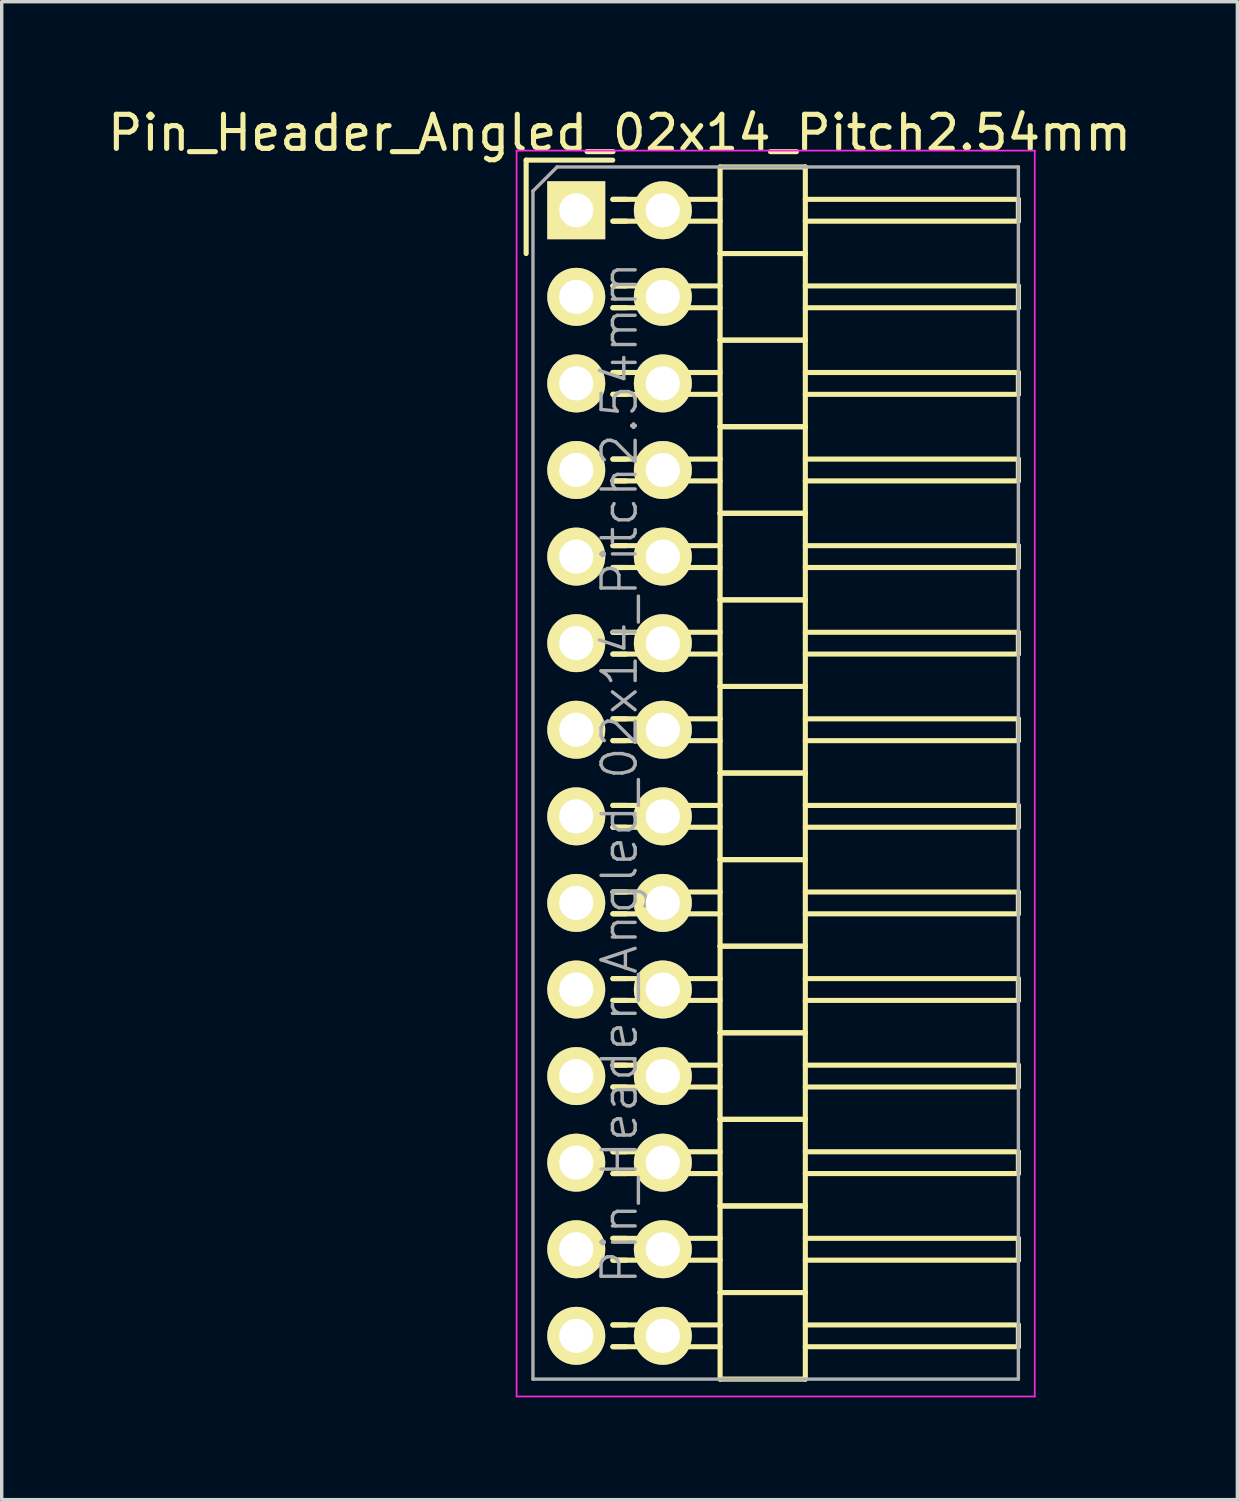
<source format=kicad_pcb>
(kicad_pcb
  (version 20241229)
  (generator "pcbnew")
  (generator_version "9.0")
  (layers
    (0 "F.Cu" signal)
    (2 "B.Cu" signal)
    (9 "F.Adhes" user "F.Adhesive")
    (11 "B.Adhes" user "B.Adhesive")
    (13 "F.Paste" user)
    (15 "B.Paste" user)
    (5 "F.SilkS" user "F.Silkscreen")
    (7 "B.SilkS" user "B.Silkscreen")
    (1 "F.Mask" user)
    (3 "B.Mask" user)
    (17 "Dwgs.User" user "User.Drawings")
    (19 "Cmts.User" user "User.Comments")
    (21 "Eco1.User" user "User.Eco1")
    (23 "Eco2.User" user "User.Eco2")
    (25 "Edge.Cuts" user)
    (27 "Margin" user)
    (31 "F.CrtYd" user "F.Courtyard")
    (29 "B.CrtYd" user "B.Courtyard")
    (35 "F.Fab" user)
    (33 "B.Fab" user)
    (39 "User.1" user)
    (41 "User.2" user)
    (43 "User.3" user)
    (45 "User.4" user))
  (footprint "Pin_Header_Angled_02x14_Pitch2.54mm"
    (layer "F.Cu")
    (at 13.855 3.118)
    (property "Reference" "Pin_Header_Angled_02x14_Pitch2.54mm" (at 1.27 -2.27 0) (layer "F.SilkS") (effects (font (size 1 1) (thickness 0.15))))
    (attr smd)
    (fp_line (start -1.47 -1.47) (end -1.47 1.27) (stroke (width 0.15) (type solid)) (layer "F.SilkS"))
    (fp_line (start -1.47 -1.47) (end 1.07 -1.47) (stroke (width 0.15) (type solid)) (layer "F.SilkS"))
    (fp_line (start 1.465 -0.32) (end 1.075 -0.32) (stroke (width 0.15) (type solid)) (layer "F.SilkS"))
    (fp_line (start 1.465 0.32) (end 1.075 0.32) (stroke (width 0.15) (type solid)) (layer "F.SilkS"))
    (fp_line (start 1.465 2.22) (end 1.075 2.22) (stroke (width 0.15) (type solid)) (layer "F.SilkS"))
    (fp_line (start 1.465 2.86) (end 1.075 2.86) (stroke (width 0.15) (type solid)) (layer "F.SilkS"))
    (fp_line (start 1.465 4.76) (end 1.075 4.76) (stroke (width 0.15) (type solid)) (layer "F.SilkS"))
    (fp_line (start 1.465 5.4) (end 1.075 5.4) (stroke (width 0.15) (type solid)) (layer "F.SilkS"))
    (fp_line (start 1.465 7.3) (end 1.075 7.3) (stroke (width 0.15) (type solid)) (layer "F.SilkS"))
    (fp_line (start 1.465 7.94) (end 1.075 7.94) (stroke (width 0.15) (type solid)) (layer "F.SilkS"))
    (fp_line (start 1.465 9.84) (end 1.075 9.84) (stroke (width 0.15) (type solid)) (layer "F.SilkS"))
    (fp_line (start 1.465 10.48) (end 1.075 10.48) (stroke (width 0.15) (type solid)) (layer "F.SilkS"))
    (fp_line (start 1.465 12.38) (end 1.075 12.38) (stroke (width 0.15) (type solid)) (layer "F.SilkS"))
    (fp_line (start 1.465 13.02) (end 1.075 13.02) (stroke (width 0.15) (type solid)) (layer "F.SilkS"))
    (fp_line (start 1.465 14.92) (end 1.075 14.92) (stroke (width 0.15) (type solid)) (layer "F.SilkS"))
    (fp_line (start 1.465 15.56) (end 1.075 15.56) (stroke (width 0.15) (type solid)) (layer "F.SilkS"))
    (fp_line (start 1.465 17.46) (end 1.075 17.46) (stroke (width 0.15) (type solid)) (layer "F.SilkS"))
    (fp_line (start 1.465 18.1) (end 1.075 18.1) (stroke (width 0.15) (type solid)) (layer "F.SilkS"))
    (fp_line (start 1.465 20) (end 1.075 20) (stroke (width 0.15) (type solid)) (layer "F.SilkS"))
    (fp_line (start 1.465 20.64) (end 1.075 20.64) (stroke (width 0.15) (type solid)) (layer "F.SilkS"))
    (fp_line (start 1.465 22.54) (end 1.075 22.54) (stroke (width 0.15) (type solid)) (layer "F.SilkS"))
    (fp_line (start 1.465 23.18) (end 1.075 23.18) (stroke (width 0.15) (type solid)) (layer "F.SilkS"))
    (fp_line (start 1.465 25.08) (end 1.075 25.08) (stroke (width 0.15) (type solid)) (layer "F.SilkS"))
    (fp_line (start 1.465 25.72) (end 1.075 25.72) (stroke (width 0.15) (type solid)) (layer "F.SilkS"))
    (fp_line (start 1.465 27.62) (end 1.075 27.62) (stroke (width 0.15) (type solid)) (layer "F.SilkS"))
    (fp_line (start 1.465 28.26) (end 1.075 28.26) (stroke (width 0.15) (type solid)) (layer "F.SilkS"))
    (fp_line (start 1.465 30.16) (end 1.075 30.16) (stroke (width 0.15) (type solid)) (layer "F.SilkS"))
    (fp_line (start 1.465 30.8) (end 1.075 30.8) (stroke (width 0.15) (type solid)) (layer "F.SilkS"))
    (fp_line (start 1.465 32.7) (end 1.075 32.7) (stroke (width 0.15) (type solid)) (layer "F.SilkS"))
    (fp_line (start 1.465 33.34) (end 1.075 33.34) (stroke (width 0.15) (type solid)) (layer "F.SilkS"))
    (fp_line (start 4.22 -0.32) (end 1.075 -0.32) (stroke (width 0.15) (type solid)) (layer "F.SilkS"))
    (fp_line (start 4.22 0.32) (end 1.075 0.32) (stroke (width 0.15) (type solid)) (layer "F.SilkS"))
    (fp_line (start 4.22 1.27) (end 4.22 -1.27) (stroke (width 0.15) (type solid)) (layer "F.SilkS"))
    (fp_line (start 4.22 2.22) (end 1.075 2.22) (stroke (width 0.15) (type solid)) (layer "F.SilkS"))
    (fp_line (start 4.22 2.86) (end 1.075 2.86) (stroke (width 0.15) (type solid)) (layer "F.SilkS"))
    (fp_line (start 4.22 3.81) (end 4.22 1.27) (stroke (width 0.15) (type solid)) (layer "F.SilkS"))
    (fp_line (start 4.22 4.76) (end 1.075 4.76) (stroke (width 0.15) (type solid)) (layer "F.SilkS"))
    (fp_line (start 4.22 5.4) (end 1.075 5.4) (stroke (width 0.15) (type solid)) (layer "F.SilkS"))
    (fp_line (start 4.22 6.35) (end 4.22 3.81) (stroke (width 0.15) (type solid)) (layer "F.SilkS"))
    (fp_line (start 4.22 7.3) (end 1.075 7.3) (stroke (width 0.15) (type solid)) (layer "F.SilkS"))
    (fp_line (start 4.22 7.94) (end 1.075 7.94) (stroke (width 0.15) (type solid)) (layer "F.SilkS"))
    (fp_line (start 4.22 8.89) (end 4.22 6.35) (stroke (width 0.15) (type solid)) (layer "F.SilkS"))
    (fp_line (start 4.22 9.84) (end 1.075 9.84) (stroke (width 0.15) (type solid)) (layer "F.SilkS"))
    (fp_line (start 4.22 10.48) (end 1.075 10.48) (stroke (width 0.15) (type solid)) (layer "F.SilkS"))
    (fp_line (start 4.22 11.43) (end 4.22 8.89) (stroke (width 0.15) (type solid)) (layer "F.SilkS"))
    (fp_line (start 4.22 12.38) (end 1.075 12.38) (stroke (width 0.15) (type solid)) (layer "F.SilkS"))
    (fp_line (start 4.22 13.02) (end 1.075 13.02) (stroke (width 0.15) (type solid)) (layer "F.SilkS"))
    (fp_line (start 4.22 13.97) (end 4.22 11.43) (stroke (width 0.15) (type solid)) (layer "F.SilkS"))
    (fp_line (start 4.22 14.92) (end 1.075 14.92) (stroke (width 0.15) (type solid)) (layer "F.SilkS"))
    (fp_line (start 4.22 15.56) (end 1.075 15.56) (stroke (width 0.15) (type solid)) (layer "F.SilkS"))
    (fp_line (start 4.22 16.51) (end 4.22 13.97) (stroke (width 0.15) (type solid)) (layer "F.SilkS"))
    (fp_line (start 4.22 17.46) (end 1.075 17.46) (stroke (width 0.15) (type solid)) (layer "F.SilkS"))
    (fp_line (start 4.22 18.1) (end 1.075 18.1) (stroke (width 0.15) (type solid)) (layer "F.SilkS"))
    (fp_line (start 4.22 19.05) (end 4.22 16.51) (stroke (width 0.15) (type solid)) (layer "F.SilkS"))
    (fp_line (start 4.22 20) (end 1.075 20) (stroke (width 0.15) (type solid)) (layer "F.SilkS"))
    (fp_line (start 4.22 20.64) (end 1.075 20.64) (stroke (width 0.15) (type solid)) (layer "F.SilkS"))
    (fp_line (start 4.22 21.59) (end 4.22 19.05) (stroke (width 0.15) (type solid)) (layer "F.SilkS"))
    (fp_line (start 4.22 22.54) (end 1.075 22.54) (stroke (width 0.15) (type solid)) (layer "F.SilkS"))
    (fp_line (start 4.22 23.18) (end 1.075 23.18) (stroke (width 0.15) (type solid)) (layer "F.SilkS"))
    (fp_line (start 4.22 24.13) (end 4.22 21.59) (stroke (width 0.15) (type solid)) (layer "F.SilkS"))
    (fp_line (start 4.22 25.08) (end 1.075 25.08) (stroke (width 0.15) (type solid)) (layer "F.SilkS"))
    (fp_line (start 4.22 25.72) (end 1.075 25.72) (stroke (width 0.15) (type solid)) (layer "F.SilkS"))
    (fp_line (start 4.22 26.67) (end 4.22 24.13) (stroke (width 0.15) (type solid)) (layer "F.SilkS"))
    (fp_line (start 4.22 27.62) (end 1.075 27.62) (stroke (width 0.15) (type solid)) (layer "F.SilkS"))
    (fp_line (start 4.22 28.26) (end 1.075 28.26) (stroke (width 0.15) (type solid)) (layer "F.SilkS"))
    (fp_line (start 4.22 29.21) (end 4.22 26.67) (stroke (width 0.15) (type solid)) (layer "F.SilkS"))
    (fp_line (start 4.22 30.16) (end 1.075 30.16) (stroke (width 0.15) (type solid)) (layer "F.SilkS"))
    (fp_line (start 4.22 30.8) (end 1.075 30.8) (stroke (width 0.15) (type solid)) (layer "F.SilkS"))
    (fp_line (start 4.22 31.75) (end 4.22 29.21) (stroke (width 0.15) (type solid)) (layer "F.SilkS"))
    (fp_line (start 4.22 32.7) (end 1.075 32.7) (stroke (width 0.15) (type solid)) (layer "F.SilkS"))
    (fp_line (start 4.22 33.34) (end 1.075 33.34) (stroke (width 0.15) (type solid)) (layer "F.SilkS"))
    (fp_line (start 4.22 34.29) (end 4.22 31.75) (stroke (width 0.15) (type solid)) (layer "F.SilkS"))
    (fp_line (start 6.72 -1.27) (end 4.22 -1.27) (stroke (width 0.15) (type solid)) (layer "F.SilkS"))
    (fp_line (start 6.72 -0.32) (end 12.97 -0.32) (stroke (width 0.15) (type solid)) (layer "F.SilkS"))
    (fp_line (start 6.72 0.32) (end 12.97 0.32) (stroke (width 0.15) (type solid)) (layer "F.SilkS"))
    (fp_line (start 6.72 1.27) (end 4.22 1.27) (stroke (width 0.15) (type solid)) (layer "F.SilkS"))
    (fp_line (start 6.72 1.27) (end 4.22 1.27) (stroke (width 0.15) (type solid)) (layer "F.SilkS"))
    (fp_line (start 6.72 1.27) (end 6.72 -1.27) (stroke (width 0.15) (type solid)) (layer "F.SilkS"))
    (fp_line (start 6.72 2.22) (end 12.97 2.22) (stroke (width 0.15) (type solid)) (layer "F.SilkS"))
    (fp_line (start 6.72 2.86) (end 12.97 2.86) (stroke (width 0.15) (type solid)) (layer "F.SilkS"))
    (fp_line (start 6.72 3.81) (end 4.22 3.81) (stroke (width 0.15) (type solid)) (layer "F.SilkS"))
    (fp_line (start 6.72 3.81) (end 4.22 3.81) (stroke (width 0.15) (type solid)) (layer "F.SilkS"))
    (fp_line (start 6.72 3.81) (end 6.72 1.27) (stroke (width 0.15) (type solid)) (layer "F.SilkS"))
    (fp_line (start 6.72 4.76) (end 12.97 4.76) (stroke (width 0.15) (type solid)) (layer "F.SilkS"))
    (fp_line (start 6.72 5.4) (end 12.97 5.4) (stroke (width 0.15) (type solid)) (layer "F.SilkS"))
    (fp_line (start 6.72 6.35) (end 4.22 6.35) (stroke (width 0.15) (type solid)) (layer "F.SilkS"))
    (fp_line (start 6.72 6.35) (end 4.22 6.35) (stroke (width 0.15) (type solid)) (layer "F.SilkS"))
    (fp_line (start 6.72 6.35) (end 6.72 3.81) (stroke (width 0.15) (type solid)) (layer "F.SilkS"))
    (fp_line (start 6.72 7.3) (end 12.97 7.3) (stroke (width 0.15) (type solid)) (layer "F.SilkS"))
    (fp_line (start 6.72 7.94) (end 12.97 7.94) (stroke (width 0.15) (type solid)) (layer "F.SilkS"))
    (fp_line (start 6.72 8.89) (end 4.22 8.89) (stroke (width 0.15) (type solid)) (layer "F.SilkS"))
    (fp_line (start 6.72 8.89) (end 4.22 8.89) (stroke (width 0.15) (type solid)) (layer "F.SilkS"))
    (fp_line (start 6.72 8.89) (end 6.72 6.35) (stroke (width 0.15) (type solid)) (layer "F.SilkS"))
    (fp_line (start 6.72 9.84) (end 12.97 9.84) (stroke (width 0.15) (type solid)) (layer "F.SilkS"))
    (fp_line (start 6.72 10.48) (end 12.97 10.48) (stroke (width 0.15) (type solid)) (layer "F.SilkS"))
    (fp_line (start 6.72 11.43) (end 4.22 11.43) (stroke (width 0.15) (type solid)) (layer "F.SilkS"))
    (fp_line (start 6.72 11.43) (end 4.22 11.43) (stroke (width 0.15) (type solid)) (layer "F.SilkS"))
    (fp_line (start 6.72 11.43) (end 6.72 8.89) (stroke (width 0.15) (type solid)) (layer "F.SilkS"))
    (fp_line (start 6.72 12.38) (end 12.97 12.38) (stroke (width 0.15) (type solid)) (layer "F.SilkS"))
    (fp_line (start 6.72 13.02) (end 12.97 13.02) (stroke (width 0.15) (type solid)) (layer "F.SilkS"))
    (fp_line (start 6.72 13.97) (end 4.22 13.97) (stroke (width 0.15) (type solid)) (layer "F.SilkS"))
    (fp_line (start 6.72 13.97) (end 4.22 13.97) (stroke (width 0.15) (type solid)) (layer "F.SilkS"))
    (fp_line (start 6.72 13.97) (end 6.72 11.43) (stroke (width 0.15) (type solid)) (layer "F.SilkS"))
    (fp_line (start 6.72 14.92) (end 12.97 14.92) (stroke (width 0.15) (type solid)) (layer "F.SilkS"))
    (fp_line (start 6.72 15.56) (end 12.97 15.56) (stroke (width 0.15) (type solid)) (layer "F.SilkS"))
    (fp_line (start 6.72 16.51) (end 4.22 16.51) (stroke (width 0.15) (type solid)) (layer "F.SilkS"))
    (fp_line (start 6.72 16.51) (end 4.22 16.51) (stroke (width 0.15) (type solid)) (layer "F.SilkS"))
    (fp_line (start 6.72 16.51) (end 6.72 13.97) (stroke (width 0.15) (type solid)) (layer "F.SilkS"))
    (fp_line (start 6.72 17.46) (end 12.97 17.46) (stroke (width 0.15) (type solid)) (layer "F.SilkS"))
    (fp_line (start 6.72 18.1) (end 12.97 18.1) (stroke (width 0.15) (type solid)) (layer "F.SilkS"))
    (fp_line (start 6.72 19.05) (end 4.22 19.05) (stroke (width 0.15) (type solid)) (layer "F.SilkS"))
    (fp_line (start 6.72 19.05) (end 4.22 19.05) (stroke (width 0.15) (type solid)) (layer "F.SilkS"))
    (fp_line (start 6.72 19.05) (end 6.72 16.51) (stroke (width 0.15) (type solid)) (layer "F.SilkS"))
    (fp_line (start 6.72 20) (end 12.97 20) (stroke (width 0.15) (type solid)) (layer "F.SilkS"))
    (fp_line (start 6.72 20.64) (end 12.97 20.64) (stroke (width 0.15) (type solid)) (layer "F.SilkS"))
    (fp_line (start 6.72 21.59) (end 4.22 21.59) (stroke (width 0.15) (type solid)) (layer "F.SilkS"))
    (fp_line (start 6.72 21.59) (end 4.22 21.59) (stroke (width 0.15) (type solid)) (layer "F.SilkS"))
    (fp_line (start 6.72 21.59) (end 6.72 19.05) (stroke (width 0.15) (type solid)) (layer "F.SilkS"))
    (fp_line (start 6.72 22.54) (end 12.97 22.54) (stroke (width 0.15) (type solid)) (layer "F.SilkS"))
    (fp_line (start 6.72 23.18) (end 12.97 23.18) (stroke (width 0.15) (type solid)) (layer "F.SilkS"))
    (fp_line (start 6.72 24.13) (end 4.22 24.13) (stroke (width 0.15) (type solid)) (layer "F.SilkS"))
    (fp_line (start 6.72 24.13) (end 4.22 24.13) (stroke (width 0.15) (type solid)) (layer "F.SilkS"))
    (fp_line (start 6.72 24.13) (end 6.72 21.59) (stroke (width 0.15) (type solid)) (layer "F.SilkS"))
    (fp_line (start 6.72 25.08) (end 12.97 25.08) (stroke (width 0.15) (type solid)) (layer "F.SilkS"))
    (fp_line (start 6.72 25.72) (end 12.97 25.72) (stroke (width 0.15) (type solid)) (layer "F.SilkS"))
    (fp_line (start 6.72 26.67) (end 4.22 26.67) (stroke (width 0.15) (type solid)) (layer "F.SilkS"))
    (fp_line (start 6.72 26.67) (end 4.22 26.67) (stroke (width 0.15) (type solid)) (layer "F.SilkS"))
    (fp_line (start 6.72 26.67) (end 6.72 24.13) (stroke (width 0.15) (type solid)) (layer "F.SilkS"))
    (fp_line (start 6.72 27.62) (end 12.97 27.62) (stroke (width 0.15) (type solid)) (layer "F.SilkS"))
    (fp_line (start 6.72 28.26) (end 12.97 28.26) (stroke (width 0.15) (type solid)) (layer "F.SilkS"))
    (fp_line (start 6.72 29.21) (end 4.22 29.21) (stroke (width 0.15) (type solid)) (layer "F.SilkS"))
    (fp_line (start 6.72 29.21) (end 4.22 29.21) (stroke (width 0.15) (type solid)) (layer "F.SilkS"))
    (fp_line (start 6.72 29.21) (end 6.72 26.67) (stroke (width 0.15) (type solid)) (layer "F.SilkS"))
    (fp_line (start 6.72 30.16) (end 12.97 30.16) (stroke (width 0.15) (type solid)) (layer "F.SilkS"))
    (fp_line (start 6.72 30.8) (end 12.97 30.8) (stroke (width 0.15) (type solid)) (layer "F.SilkS"))
    (fp_line (start 6.72 31.75) (end 4.22 31.75) (stroke (width 0.15) (type solid)) (layer "F.SilkS"))
    (fp_line (start 6.72 31.75) (end 4.22 31.75) (stroke (width 0.15) (type solid)) (layer "F.SilkS"))
    (fp_line (start 6.72 31.75) (end 6.72 29.21) (stroke (width 0.15) (type solid)) (layer "F.SilkS"))
    (fp_line (start 6.72 32.7) (end 12.97 32.7) (stroke (width 0.15) (type solid)) (layer "F.SilkS"))
    (fp_line (start 6.72 33.34) (end 12.97 33.34) (stroke (width 0.15) (type solid)) (layer "F.SilkS"))
    (fp_line (start 6.72 34.29) (end 4.22 34.29) (stroke (width 0.15) (type solid)) (layer "F.SilkS"))
    (fp_line (start 6.72 34.29) (end 6.72 31.75) (stroke (width 0.15) (type solid)) (layer "F.SilkS"))
    (fp_line (start 12.97 0.32) (end 12.97 -0.32) (stroke (width 0.15) (type solid)) (layer "F.SilkS"))
    (fp_line (start 12.97 2.86) (end 12.97 2.22) (stroke (width 0.15) (type solid)) (layer "F.SilkS"))
    (fp_line (start 12.97 5.4) (end 12.97 4.76) (stroke (width 0.15) (type solid)) (layer "F.SilkS"))
    (fp_line (start 12.97 7.94) (end 12.97 7.3) (stroke (width 0.15) (type solid)) (layer "F.SilkS"))
    (fp_line (start 12.97 10.48) (end 12.97 9.84) (stroke (width 0.15) (type solid)) (layer "F.SilkS"))
    (fp_line (start 12.97 13.02) (end 12.97 12.38) (stroke (width 0.15) (type solid)) (layer "F.SilkS"))
    (fp_line (start 12.97 15.56) (end 12.97 14.92) (stroke (width 0.15) (type solid)) (layer "F.SilkS"))
    (fp_line (start 12.97 18.1) (end 12.97 17.46) (stroke (width 0.15) (type solid)) (layer "F.SilkS"))
    (fp_line (start 12.97 20.64) (end 12.97 20) (stroke (width 0.15) (type solid)) (layer "F.SilkS"))
    (fp_line (start 12.97 23.18) (end 12.97 22.54) (stroke (width 0.15) (type solid)) (layer "F.SilkS"))
    (fp_line (start 12.97 25.72) (end 12.97 25.08) (stroke (width 0.15) (type solid)) (layer "F.SilkS"))
    (fp_line (start 12.97 28.26) (end 12.97 27.62) (stroke (width 0.15) (type solid)) (layer "F.SilkS"))
    (fp_line (start 12.97 30.8) (end 12.97 30.16) (stroke (width 0.15) (type solid)) (layer "F.SilkS"))
    (fp_line (start 12.97 33.34) (end 12.97 32.7) (stroke (width 0.15) (type solid)) (layer "F.SilkS"))
    (fp_line (start -1.75 -1.75) (end -1.75 34.8) (stroke (width 0.05) (type solid)) (layer "F.CrtYd"))
    (fp_line (start 13.45 -1.75) (end -1.75 -1.75) (stroke (width 0.05) (type solid)) (layer "F.CrtYd"))
    (fp_line (start 13.45 -1.75) (end 13.45 34.8) (stroke (width 0.05) (type solid)) (layer "F.CrtYd"))
    (fp_line (start 13.45 34.8) (end -1.75 34.8) (stroke (width 0.05) (type solid)) (layer "F.CrtYd"))
    (fp_line (start -1.27 -0.563) (end -0.563 -1.27) (stroke (width 0.1) (type solid)) (layer "F.Fab"))
    (fp_line (start -1.27 34.29) (end -1.27 -0.563) (stroke (width 0.1) (type solid)) (layer "F.Fab"))
    (fp_line (start 12.97 -1.27) (end -0.563 -1.27) (stroke (width 0.1) (type solid)) (layer "F.Fab"))
    (fp_line (start 12.97 34.29) (end -1.27 34.29) (stroke (width 0.1) (type solid)) (layer "F.Fab"))
    (fp_line (start 12.97 34.29) (end 12.97 -1.27) (stroke (width 0.1) (type solid)) (layer "F.Fab"))
    (fp_text user "${REFERENCE}" (at 1.27 16.51 90) (layer "F.Fab") (effects (font (size 1 1) (thickness 0.1))))
    (pad "1" thru_hole rect (at 0 0) (size 1.7 1.7) (drill 1) (layers "*.Cu" "*.Mask" "F.SilkS"))
    (pad "2" thru_hole oval (at 2.54 0) (size 1.7 1.7) (drill 1) (layers "*.Cu" "*.Mask" "F.SilkS"))
    (pad "3" thru_hole oval (at 0 2.54) (size 1.7 1.7) (drill 1) (layers "*.Cu" "*.Mask" "F.SilkS"))
    (pad "4" thru_hole oval (at 2.54 2.54) (size 1.7 1.7) (drill 1) (layers "*.Cu" "*.Mask" "F.SilkS"))
    (pad "5" thru_hole oval (at 0 5.08) (size 1.7 1.7) (drill 1) (layers "*.Cu" "*.Mask" "F.SilkS"))
    (pad "6" thru_hole oval (at 2.54 5.08) (size 1.7 1.7) (drill 1) (layers "*.Cu" "*.Mask" "F.SilkS"))
    (pad "7" thru_hole oval (at 0 7.62) (size 1.7 1.7) (drill 1) (layers "*.Cu" "*.Mask" "F.SilkS"))
    (pad "8" thru_hole oval (at 2.54 7.62) (size 1.7 1.7) (drill 1) (layers "*.Cu" "*.Mask" "F.SilkS"))
    (pad "9" thru_hole oval (at 0 10.16) (size 1.7 1.7) (drill 1) (layers "*.Cu" "*.Mask" "F.SilkS"))
    (pad "10" thru_hole oval (at 2.54 10.16) (size 1.7 1.7) (drill 1) (layers "*.Cu" "*.Mask" "F.SilkS"))
    (pad "11" thru_hole oval (at 0 12.7) (size 1.7 1.7) (drill 1) (layers "*.Cu" "*.Mask" "F.SilkS"))
    (pad "12" thru_hole oval (at 2.54 12.7) (size 1.7 1.7) (drill 1) (layers "*.Cu" "*.Mask" "F.SilkS"))
    (pad "13" thru_hole oval (at 0 15.24) (size 1.7 1.7) (drill 1) (layers "*.Cu" "*.Mask" "F.SilkS"))
    (pad "14" thru_hole oval (at 2.54 15.24) (size 1.7 1.7) (drill 1) (layers "*.Cu" "*.Mask" "F.SilkS"))
    (pad "15" thru_hole oval (at 0 17.78) (size 1.7 1.7) (drill 1) (layers "*.Cu" "*.Mask" "F.SilkS"))
    (pad "16" thru_hole oval (at 2.54 17.78) (size 1.7 1.7) (drill 1) (layers "*.Cu" "*.Mask" "F.SilkS"))
    (pad "17" thru_hole oval (at 0 20.32) (size 1.7 1.7) (drill 1) (layers "*.Cu" "*.Mask" "F.SilkS"))
    (pad "18" thru_hole oval (at 2.54 20.32) (size 1.7 1.7) (drill 1) (layers "*.Cu" "*.Mask" "F.SilkS"))
    (pad "19" thru_hole oval (at 0 22.86) (size 1.7 1.7) (drill 1) (layers "*.Cu" "*.Mask" "F.SilkS"))
    (pad "20" thru_hole oval (at 2.54 22.86) (size 1.7 1.7) (drill 1) (layers "*.Cu" "*.Mask" "F.SilkS"))
    (pad "21" thru_hole oval (at 0 25.4) (size 1.7 1.7) (drill 1) (layers "*.Cu" "*.Mask" "F.SilkS"))
    (pad "22" thru_hole oval (at 2.54 25.4) (size 1.7 1.7) (drill 1) (layers "*.Cu" "*.Mask" "F.SilkS"))
    (pad "23" thru_hole oval (at 0 27.94) (size 1.7 1.7) (drill 1) (layers "*.Cu" "*.Mask" "F.SilkS"))
    (pad "24" thru_hole oval (at 2.54 27.94) (size 1.7 1.7) (drill 1) (layers "*.Cu" "*.Mask" "F.SilkS"))
    (pad "25" thru_hole oval (at 0 30.48) (size 1.7 1.7) (drill 1) (layers "*.Cu" "*.Mask" "F.SilkS"))
    (pad "26" thru_hole oval (at 2.54 30.48) (size 1.7 1.7) (drill 1) (layers "*.Cu" "*.Mask" "F.SilkS"))
    (pad "27" thru_hole oval (at 0 33.02) (size 1.7 1.7) (drill 1) (layers "*.Cu" "*.Mask" "F.SilkS"))
    (pad "28" thru_hole oval (at 2.54 33.02) (size 1.7 1.7) (drill 1) (layers "*.Cu" "*.Mask" "F.SilkS")))
  (gr_rect
    (start -3 -3)
    (end 33.25 40.943)
    (stroke (width 0.1) (type default))
    (fill no)
    (layer "Edge.Cuts")))
</source>
